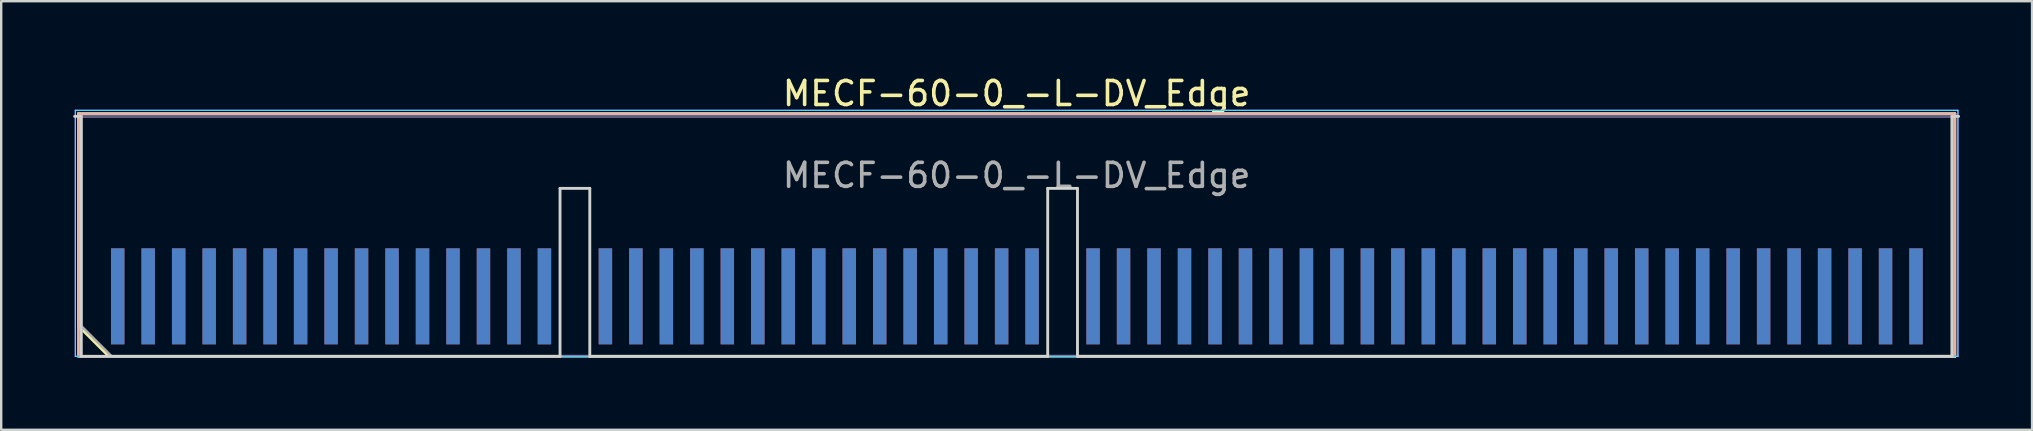
<source format=kicad_pcb>
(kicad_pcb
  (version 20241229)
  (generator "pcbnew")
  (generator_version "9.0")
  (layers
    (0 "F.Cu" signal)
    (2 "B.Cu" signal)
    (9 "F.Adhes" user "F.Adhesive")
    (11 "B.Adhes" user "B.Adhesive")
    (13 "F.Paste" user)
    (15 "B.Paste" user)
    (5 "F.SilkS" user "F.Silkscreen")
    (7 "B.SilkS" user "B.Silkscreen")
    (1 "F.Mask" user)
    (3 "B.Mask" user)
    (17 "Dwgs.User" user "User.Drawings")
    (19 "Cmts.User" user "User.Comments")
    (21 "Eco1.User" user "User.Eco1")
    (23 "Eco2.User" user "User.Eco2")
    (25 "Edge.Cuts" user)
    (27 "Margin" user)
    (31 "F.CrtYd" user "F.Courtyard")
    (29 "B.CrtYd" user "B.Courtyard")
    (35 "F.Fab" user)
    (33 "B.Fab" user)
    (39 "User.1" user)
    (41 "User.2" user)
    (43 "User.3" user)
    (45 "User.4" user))
  (footprint "MECF-60-0_-L-DV_Edge"
    (layer "F.Cu")
    (at 39.31 6.798)
    (property "Reference" "MECF-60-0_-L-DV_Edge" (at 0 -5.95 0) (layer "F.SilkS") (effects (font (size 1 1) (thickness 0.15))))
    (attr exclude_from_pos_files exclude_from_bom)
    (fp_line (start -39.09 -5.11) (end 39.09 -5.11) (stroke (width 0.12) (type solid)) (layer "F.SilkS"))
    (fp_line (start -39.09 3.73) (end -39.09 -5.11) (stroke (width 0.12) (type solid)) (layer "F.SilkS"))
    (fp_line (start -37.82 5) (end -39.09 3.73) (stroke (width 0.12) (type solid)) (layer "F.SilkS"))
    (fp_line (start -37.82 5) (end 39.09 5) (stroke (width 0.12) (type solid)) (layer "F.SilkS"))
    (fp_line (start 39.09 5) (end 39.09 -5.11) (stroke (width 0.12) (type solid)) (layer "F.SilkS"))
    (fp_line (start -39.09 -5.11) (end 39.09 -5.11) (stroke (width 0.12) (type solid)) (layer "B.SilkS"))
    (fp_line (start -39.09 5) (end -39.09 -5.11) (stroke (width 0.12) (type solid)) (layer "B.SilkS"))
    (fp_line (start -39.09 5) (end 39.09 5) (stroke (width 0.12) (type solid)) (layer "B.SilkS"))
    (fp_line (start 39.09 5) (end 39.09 -5.11) (stroke (width 0.12) (type solid)) (layer "B.SilkS"))
    (fp_line (start -39.25 -5) (end -38.975 -5) (stroke (width 0.12) (type solid)) (layer "Edge.Cuts"))
    (fp_line (start -38.975 5) (end -38.975 -5) (stroke (width 0.12) (type solid)) (layer "Edge.Cuts"))
    (fp_line (start -38.975 5) (end -19.025 5) (stroke (width 0.12) (type solid)) (layer "Edge.Cuts"))
    (fp_line (start -19.025 -2) (end -17.785 -2) (stroke (width 0.12) (type solid)) (layer "Edge.Cuts"))
    (fp_line (start -19.025 5) (end -19.025 -2) (stroke (width 0.12) (type solid)) (layer "Edge.Cuts"))
    (fp_line (start -17.785 5) (end -17.785 -2) (stroke (width 0.12) (type solid)) (layer "Edge.Cuts"))
    (fp_line (start -17.785 5) (end 1.295 5) (stroke (width 0.12) (type solid)) (layer "Edge.Cuts"))
    (fp_line (start 1.295 -2) (end 2.535 -2) (stroke (width 0.12) (type solid)) (layer "Edge.Cuts"))
    (fp_line (start 1.295 5) (end 1.295 -2) (stroke (width 0.12) (type solid)) (layer "Edge.Cuts"))
    (fp_line (start 2.535 5) (end 2.535 -2) (stroke (width 0.12) (type solid)) (layer "Edge.Cuts"))
    (fp_line (start 2.535 5) (end 38.975 5) (stroke (width 0.12) (type solid)) (layer "Edge.Cuts"))
    (fp_line (start 38.975 5) (end 38.975 -5) (stroke (width 0.12) (type solid)) (layer "Edge.Cuts"))
    (fp_line (start 39.25 -5) (end 38.975 -5) (stroke (width 0.12) (type solid)) (layer "Edge.Cuts"))
    (fp_line (start -39.22 -5.25) (end -39.22 5) (stroke (width 0.05) (type solid)) (layer "B.CrtYd"))
    (fp_line (start -39.22 5) (end 39.22 5) (stroke (width 0.05) (type solid)) (layer "B.CrtYd"))
    (fp_line (start 39.22 -5.25) (end -39.22 -5.25) (stroke (width 0.05) (type solid)) (layer "B.CrtYd"))
    (fp_line (start 39.22 5) (end 39.22 -5.25) (stroke (width 0.05) (type solid)) (layer "B.CrtYd"))
    (fp_line (start -39.22 -5.25) (end -39.22 5) (stroke (width 0.05) (type solid)) (layer "F.CrtYd"))
    (fp_line (start -39.22 5) (end 39.22 5) (stroke (width 0.05) (type solid)) (layer "F.CrtYd"))
    (fp_line (start 39.22 -5.25) (end -39.22 -5.25) (stroke (width 0.05) (type solid)) (layer "F.CrtYd"))
    (fp_line (start 39.22 5) (end 39.22 -5.25) (stroke (width 0.05) (type solid)) (layer "F.CrtYd"))
    (fp_line (start -38.975 -5) (end 38.975 -5) (stroke (width 0.1) (type solid)) (layer "B.Fab"))
    (fp_line (start -38.975 5) (end -38.975 -5) (stroke (width 0.1) (type solid)) (layer "B.Fab"))
    (fp_line (start -38.975 5) (end 38.975 5) (stroke (width 0.1) (type solid)) (layer "B.Fab"))
    (fp_line (start 38.975 5) (end 38.975 -5) (stroke (width 0.1) (type solid)) (layer "B.Fab"))
    (fp_line (start -38.975 -5) (end 38.975 -5) (stroke (width 0.1) (type solid)) (layer "F.Fab"))
    (fp_line (start -38.975 3.73) (end -38.975 -5) (stroke (width 0.1) (type solid)) (layer "F.Fab"))
    (fp_line (start -38.975 3.73) (end -37.705 5) (stroke (width 0.1) (type solid)) (layer "F.Fab"))
    (fp_line (start -37.705 5) (end 38.975 5) (stroke (width 0.1) (type solid)) (layer "F.Fab"))
    (fp_line (start 38.975 5) (end 38.975 -5) (stroke (width 0.1) (type solid)) (layer "F.Fab"))
    (fp_text user "${REFERENCE}" (at 0 -2.54 0) (layer "F.Fab") (effects (font (size 1 1) (thickness 0.15))))
    (pad "1" smd rect (at -37.455 2.5) (size 0.56 4) (layers "F.Cu" "F.Mask" "F.Paste"))
    (pad "2" smd rect (at -37.455 2.5) (size 0.56 4) (layers "B.Cu" "B.Mask" "B.Paste"))
    (pad "3" smd rect (at -36.185 2.5) (size 0.56 4) (layers "F.Cu" "F.Mask" "F.Paste"))
    (pad "4" smd rect (at -36.185 2.5) (size 0.56 4) (layers "B.Cu" "B.Mask" "B.Paste"))
    (pad "5" smd rect (at -34.915 2.5) (size 0.56 4) (layers "F.Cu" "F.Mask" "F.Paste"))
    (pad "6" smd rect (at -34.915 2.5) (size 0.56 4) (layers "B.Cu" "B.Mask" "B.Paste"))
    (pad "7" smd rect (at -33.645 2.5) (size 0.56 4) (layers "F.Cu" "F.Mask" "F.Paste"))
    (pad "8" smd rect (at -33.645 2.5) (size 0.56 4) (layers "B.Cu" "B.Mask" "B.Paste"))
    (pad "9" smd rect (at -32.375 2.5) (size 0.56 4) (layers "F.Cu" "F.Mask" "F.Paste"))
    (pad "10" smd rect (at -32.375 2.5) (size 0.56 4) (layers "B.Cu" "B.Mask" "B.Paste"))
    (pad "11" smd rect (at -31.105 2.5) (size 0.56 4) (layers "F.Cu" "F.Mask" "F.Paste"))
    (pad "12" smd rect (at -31.105 2.5) (size 0.56 4) (layers "B.Cu" "B.Mask" "B.Paste"))
    (pad "13" smd rect (at -29.835 2.5) (size 0.56 4) (layers "F.Cu" "F.Mask" "F.Paste"))
    (pad "14" smd rect (at -29.835 2.5) (size 0.56 4) (layers "B.Cu" "B.Mask" "B.Paste"))
    (pad "15" smd rect (at -28.565 2.5) (size 0.56 4) (layers "F.Cu" "F.Mask" "F.Paste"))
    (pad "16" smd rect (at -28.565 2.5) (size 0.56 4) (layers "B.Cu" "B.Mask" "B.Paste"))
    (pad "17" smd rect (at -27.295 2.5) (size 0.56 4) (layers "F.Cu" "F.Mask" "F.Paste"))
    (pad "18" smd rect (at -27.295 2.5) (size 0.56 4) (layers "B.Cu" "B.Mask" "B.Paste"))
    (pad "19" smd rect (at -26.025 2.5) (size 0.56 4) (layers "F.Cu" "F.Mask" "F.Paste"))
    (pad "20" smd rect (at -26.025 2.5) (size 0.56 4) (layers "B.Cu" "B.Mask" "B.Paste"))
    (pad "21" smd rect (at -24.755 2.5) (size 0.56 4) (layers "F.Cu" "F.Mask" "F.Paste"))
    (pad "22" smd rect (at -24.755 2.5) (size 0.56 4) (layers "B.Cu" "B.Mask" "B.Paste"))
    (pad "23" smd rect (at -23.485 2.5) (size 0.56 4) (layers "F.Cu" "F.Mask" "F.Paste"))
    (pad "24" smd rect (at -23.485 2.5) (size 0.56 4) (layers "B.Cu" "B.Mask" "B.Paste"))
    (pad "25" smd rect (at -22.215 2.5) (size 0.56 4) (layers "F.Cu" "F.Mask" "F.Paste"))
    (pad "26" smd rect (at -22.215 2.5) (size 0.56 4) (layers "B.Cu" "B.Mask" "B.Paste"))
    (pad "27" smd rect (at -20.945 2.5) (size 0.56 4) (layers "F.Cu" "F.Mask" "F.Paste"))
    (pad "28" smd rect (at -20.945 2.5) (size 0.56 4) (layers "B.Cu" "B.Mask" "B.Paste"))
    (pad "29" smd rect (at -19.675 2.5) (size 0.56 4) (layers "F.Cu" "F.Mask" "F.Paste"))
    (pad "30" smd rect (at -19.675 2.5) (size 0.56 4) (layers "B.Cu" "B.Mask" "B.Paste"))
    (pad "33" smd rect (at -17.135 2.5) (size 0.56 4) (layers "F.Cu" "F.Mask" "F.Paste"))
    (pad "34" smd rect (at -17.135 2.5) (size 0.56 4) (layers "B.Cu" "B.Mask" "B.Paste"))
    (pad "35" smd rect (at -15.865 2.5) (size 0.56 4) (layers "F.Cu" "F.Mask" "F.Paste"))
    (pad "36" smd rect (at -15.865 2.5) (size 0.56 4) (layers "B.Cu" "B.Mask" "B.Paste"))
    (pad "37" smd rect (at -14.595 2.5) (size 0.56 4) (layers "F.Cu" "F.Mask" "F.Paste"))
    (pad "38" smd rect (at -14.595 2.5) (size 0.56 4) (layers "B.Cu" "B.Mask" "B.Paste"))
    (pad "39" smd rect (at -13.325 2.5) (size 0.56 4) (layers "F.Cu" "F.Mask" "F.Paste"))
    (pad "40" smd rect (at -13.325 2.5) (size 0.56 4) (layers "B.Cu" "B.Mask" "B.Paste"))
    (pad "41" smd rect (at -12.055 2.5) (size 0.56 4) (layers "F.Cu" "F.Mask" "F.Paste"))
    (pad "42" smd rect (at -12.055 2.5) (size 0.56 4) (layers "B.Cu" "B.Mask" "B.Paste"))
    (pad "43" smd rect (at -10.785 2.5) (size 0.56 4) (layers "F.Cu" "F.Mask" "F.Paste"))
    (pad "44" smd rect (at -10.785 2.5) (size 0.56 4) (layers "B.Cu" "B.Mask" "B.Paste"))
    (pad "45" smd rect (at -9.515 2.5) (size 0.56 4) (layers "F.Cu" "F.Mask" "F.Paste"))
    (pad "46" smd rect (at -9.515 2.5) (size 0.56 4) (layers "B.Cu" "B.Mask" "B.Paste"))
    (pad "47" smd rect (at -8.245 2.5) (size 0.56 4) (layers "F.Cu" "F.Mask" "F.Paste"))
    (pad "48" smd rect (at -8.245 2.5) (size 0.56 4) (layers "B.Cu" "B.Mask" "B.Paste"))
    (pad "49" smd rect (at -6.975 2.5) (size 0.56 4) (layers "F.Cu" "F.Mask" "F.Paste"))
    (pad "50" smd rect (at -6.975 2.5) (size 0.56 4) (layers "B.Cu" "B.Mask" "B.Paste"))
    (pad "51" smd rect (at -5.705 2.5) (size 0.56 4) (layers "F.Cu" "F.Mask" "F.Paste"))
    (pad "52" smd rect (at -5.705 2.5) (size 0.56 4) (layers "B.Cu" "B.Mask" "B.Paste"))
    (pad "53" smd rect (at -4.435 2.5) (size 0.56 4) (layers "F.Cu" "F.Mask" "F.Paste"))
    (pad "54" smd rect (at -4.435 2.5) (size 0.56 4) (layers "B.Cu" "B.Mask" "B.Paste"))
    (pad "55" smd rect (at -3.165 2.5) (size 0.56 4) (layers "F.Cu" "F.Mask" "F.Paste"))
    (pad "56" smd rect (at -3.165 2.5) (size 0.56 4) (layers "B.Cu" "B.Mask" "B.Paste"))
    (pad "57" smd rect (at -1.895 2.5) (size 0.56 4) (layers "F.Cu" "F.Mask" "F.Paste"))
    (pad "58" smd rect (at -1.895 2.5) (size 0.56 4) (layers "B.Cu" "B.Mask" "B.Paste"))
    (pad "59" smd rect (at -0.625 2.5) (size 0.56 4) (layers "F.Cu" "F.Mask" "F.Paste"))
    (pad "60" smd rect (at -0.625 2.5) (size 0.56 4) (layers "B.Cu" "B.Mask" "B.Paste"))
    (pad "61" smd rect (at 0.645 2.5) (size 0.56 4) (layers "F.Cu" "F.Mask" "F.Paste"))
    (pad "62" smd rect (at 0.645 2.5) (size 0.56 4) (layers "B.Cu" "B.Mask" "B.Paste"))
    (pad "65" smd rect (at 3.185 2.5) (size 0.56 4) (layers "F.Cu" "F.Mask" "F.Paste"))
    (pad "66" smd rect (at 3.185 2.5) (size 0.56 4) (layers "B.Cu" "B.Mask" "B.Paste"))
    (pad "67" smd rect (at 4.455 2.5) (size 0.56 4) (layers "F.Cu" "F.Mask" "F.Paste"))
    (pad "68" smd rect (at 4.455 2.5) (size 0.56 4) (layers "B.Cu" "B.Mask" "B.Paste"))
    (pad "69" smd rect (at 5.725 2.5) (size 0.56 4) (layers "F.Cu" "F.Mask" "F.Paste"))
    (pad "70" smd rect (at 5.725 2.5) (size 0.56 4) (layers "B.Cu" "B.Mask" "B.Paste"))
    (pad "71" smd rect (at 6.995 2.5) (size 0.56 4) (layers "F.Cu" "F.Mask" "F.Paste"))
    (pad "72" smd rect (at 6.995 2.5) (size 0.56 4) (layers "B.Cu" "B.Mask" "B.Paste"))
    (pad "73" smd rect (at 8.265 2.5) (size 0.56 4) (layers "F.Cu" "F.Mask" "F.Paste"))
    (pad "74" smd rect (at 8.265 2.5) (size 0.56 4) (layers "B.Cu" "B.Mask" "B.Paste"))
    (pad "75" smd rect (at 9.535 2.5) (size 0.56 4) (layers "F.Cu" "F.Mask" "F.Paste"))
    (pad "76" smd rect (at 9.535 2.5) (size 0.56 4) (layers "B.Cu" "B.Mask" "B.Paste"))
    (pad "77" smd rect (at 10.805 2.5) (size 0.56 4) (layers "F.Cu" "F.Mask" "F.Paste"))
    (pad "78" smd rect (at 10.805 2.5) (size 0.56 4) (layers "B.Cu" "B.Mask" "B.Paste"))
    (pad "79" smd rect (at 12.075 2.5) (size 0.56 4) (layers "F.Cu" "F.Mask" "F.Paste"))
    (pad "80" smd rect (at 12.075 2.5) (size 0.56 4) (layers "B.Cu" "B.Mask" "B.Paste"))
    (pad "81" smd rect (at 13.345 2.5) (size 0.56 4) (layers "F.Cu" "F.Mask" "F.Paste"))
    (pad "82" smd rect (at 13.345 2.5) (size 0.56 4) (layers "B.Cu" "B.Mask" "B.Paste"))
    (pad "83" smd rect (at 14.615 2.5) (size 0.56 4) (layers "F.Cu" "F.Mask" "F.Paste"))
    (pad "84" smd rect (at 14.615 2.5) (size 0.56 4) (layers "B.Cu" "B.Mask" "B.Paste"))
    (pad "85" smd rect (at 15.885 2.5) (size 0.56 4) (layers "F.Cu" "F.Mask" "F.Paste"))
    (pad "86" smd rect (at 15.885 2.5) (size 0.56 4) (layers "B.Cu" "B.Mask" "B.Paste"))
    (pad "87" smd rect (at 17.155 2.5) (size 0.56 4) (layers "F.Cu" "F.Mask" "F.Paste"))
    (pad "88" smd rect (at 17.155 2.5) (size 0.56 4) (layers "B.Cu" "B.Mask" "B.Paste"))
    (pad "89" smd rect (at 18.425 2.5) (size 0.56 4) (layers "F.Cu" "F.Mask" "F.Paste"))
    (pad "90" smd rect (at 18.425 2.5) (size 0.56 4) (layers "B.Cu" "B.Mask" "B.Paste"))
    (pad "91" smd rect (at 19.695 2.5) (size 0.56 4) (layers "F.Cu" "F.Mask" "F.Paste"))
    (pad "92" smd rect (at 19.695 2.5) (size 0.56 4) (layers "B.Cu" "B.Mask" "B.Paste"))
    (pad "93" smd rect (at 20.965 2.5) (size 0.56 4) (layers "F.Cu" "F.Mask" "F.Paste"))
    (pad "94" smd rect (at 20.965 2.5) (size 0.56 4) (layers "B.Cu" "B.Mask" "B.Paste"))
    (pad "95" smd rect (at 22.235 2.5) (size 0.56 4) (layers "F.Cu" "F.Mask" "F.Paste"))
    (pad "96" smd rect (at 22.235 2.5) (size 0.56 4) (layers "B.Cu" "B.Mask" "B.Paste"))
    (pad "97" smd rect (at 23.505 2.5) (size 0.56 4) (layers "F.Cu" "F.Mask" "F.Paste"))
    (pad "98" smd rect (at 23.505 2.5) (size 0.56 4) (layers "B.Cu" "B.Mask" "B.Paste"))
    (pad "99" smd rect (at 24.775 2.5) (size 0.56 4) (layers "F.Cu" "F.Mask" "F.Paste"))
    (pad "100" smd rect (at 24.775 2.5) (size 0.56 4) (layers "B.Cu" "B.Mask" "B.Paste"))
    (pad "101" smd rect (at 26.045 2.5) (size 0.56 4) (layers "F.Cu" "F.Mask" "F.Paste"))
    (pad "102" smd rect (at 26.045 2.5) (size 0.56 4) (layers "B.Cu" "B.Mask" "B.Paste"))
    (pad "103" smd rect (at 27.315 2.5) (size 0.56 4) (layers "F.Cu" "F.Mask" "F.Paste"))
    (pad "104" smd rect (at 27.315 2.5) (size 0.56 4) (layers "B.Cu" "B.Mask" "B.Paste"))
    (pad "105" smd rect (at 28.585 2.5) (size 0.56 4) (layers "F.Cu" "F.Mask" "F.Paste"))
    (pad "106" smd rect (at 28.585 2.5) (size 0.56 4) (layers "B.Cu" "B.Mask" "B.Paste"))
    (pad "107" smd rect (at 29.855 2.5) (size 0.56 4) (layers "F.Cu" "F.Mask" "F.Paste"))
    (pad "108" smd rect (at 29.855 2.5) (size 0.56 4) (layers "B.Cu" "B.Mask" "B.Paste"))
    (pad "109" smd rect (at 31.125 2.5) (size 0.56 4) (layers "F.Cu" "F.Mask" "F.Paste"))
    (pad "110" smd rect (at 31.125 2.5) (size 0.56 4) (layers "B.Cu" "B.Mask" "B.Paste"))
    (pad "111" smd rect (at 32.395 2.5) (size 0.56 4) (layers "F.Cu" "F.Mask" "F.Paste"))
    (pad "112" smd rect (at 32.395 2.5) (size 0.56 4) (layers "B.Cu" "B.Mask" "B.Paste"))
    (pad "113" smd rect (at 33.665 2.5) (size 0.56 4) (layers "F.Cu" "F.Mask" "F.Paste"))
    (pad "114" smd rect (at 33.665 2.5) (size 0.56 4) (layers "B.Cu" "B.Mask" "B.Paste"))
    (pad "115" smd rect (at 34.935 2.5) (size 0.56 4) (layers "F.Cu" "F.Mask" "F.Paste"))
    (pad "116" smd rect (at 34.935 2.5) (size 0.56 4) (layers "B.Cu" "B.Mask" "B.Paste"))
    (pad "117" smd rect (at 36.205 2.5) (size 0.56 4) (layers "F.Cu" "F.Mask" "F.Paste"))
    (pad "118" smd rect (at 36.205 2.5) (size 0.56 4) (layers "B.Cu" "B.Mask" "B.Paste"))
    (pad "119" smd rect (at 37.475 2.5) (size 0.56 4) (layers "F.Cu" "F.Mask" "F.Paste"))
    (pad "120" smd rect (at 37.475 2.5) (size 0.56 4) (layers "B.Cu" "B.Mask" "B.Paste")))
  (gr_rect
    (start -3 -3)
    (end 81.62 14.858)
    (stroke (width 0.1) (type default))
    (fill no)
    (layer "Edge.Cuts")))
</source>
